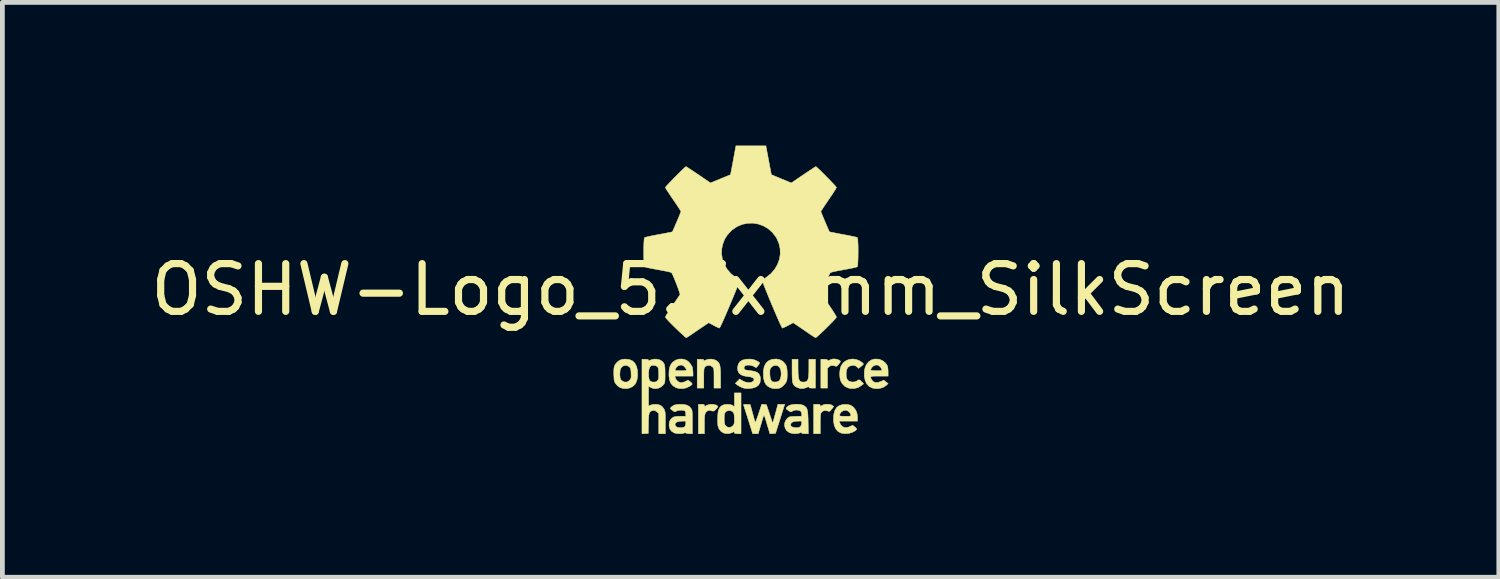
<source format=kicad_pcb>
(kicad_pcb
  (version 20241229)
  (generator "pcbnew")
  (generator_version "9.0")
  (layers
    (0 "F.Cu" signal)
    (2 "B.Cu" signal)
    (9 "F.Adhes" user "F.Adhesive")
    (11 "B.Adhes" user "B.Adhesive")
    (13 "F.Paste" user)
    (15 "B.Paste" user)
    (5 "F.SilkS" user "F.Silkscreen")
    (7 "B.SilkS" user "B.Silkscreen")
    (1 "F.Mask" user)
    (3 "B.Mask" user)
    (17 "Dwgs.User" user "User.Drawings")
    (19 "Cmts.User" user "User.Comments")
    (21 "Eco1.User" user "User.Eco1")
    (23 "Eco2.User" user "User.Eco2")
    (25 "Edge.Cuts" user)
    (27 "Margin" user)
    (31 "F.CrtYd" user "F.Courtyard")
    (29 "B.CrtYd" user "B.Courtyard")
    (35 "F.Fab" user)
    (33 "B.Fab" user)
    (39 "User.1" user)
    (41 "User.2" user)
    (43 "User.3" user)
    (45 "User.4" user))
  (footprint "OSHW-Logo_5.7x6mm_SilkScreen"
    (layer "F.Cu")
    (at 12.673 3.017)
    (property "Reference" "OSHW-Logo_5.7x6mm_SilkScreen" (at 0 0 180) (layer "F.SilkS") (effects (font (size 1 1) (thickness 0.15))))
    (attr exclude_from_pos_files exclude_from_bom)
    (fp_poly (pts (xy 1.799 1.458) (xy 1.843 1.471) (xy 1.871 1.488) (xy 1.88 1.501) (xy 1.877 1.517) (xy 1.861 1.541) (xy 1.847 1.559) (xy 1.819 1.59) (xy 1.798 1.604) (xy 1.78 1.603) (xy 1.726 1.589) (xy 1.687 1.59) (xy 1.655 1.605) (xy 1.644 1.614) (xy 1.61 1.646) (xy 1.61 2.062) (xy 1.471 2.062) (xy 1.471 1.459) (xy 1.54 1.459) (xy 1.582 1.46) (xy 1.603 1.466) (xy 1.61 1.477) (xy 1.61 1.478) (xy 1.612 1.49) (xy 1.626 1.488) (xy 1.644 1.48) (xy 1.682 1.464) (xy 1.713 1.454) (xy 1.753 1.451) (xy 1.799 1.458)) (stroke (width 0.01) (type solid)) (fill yes) (layer "F.SilkS"))
    (fp_poly (pts (xy 1.635 2.401) (xy 1.684 2.411) (xy 1.711 2.425) (xy 1.74 2.449) (xy 1.699 2.501) (xy 1.673 2.532) (xy 1.656 2.547) (xy 1.639 2.55) (xy 1.614 2.542) (xy 1.602 2.538) (xy 1.554 2.532) (xy 1.51 2.545) (xy 1.478 2.576) (xy 1.473 2.585) (xy 1.467 2.611) (xy 1.463 2.659) (xy 1.46 2.725) (xy 1.459 2.806) (xy 1.459 2.817) (xy 1.459 3.018) (xy 1.32 3.018) (xy 1.32 2.402) (xy 1.389 2.402) (xy 1.429 2.403) (xy 1.45 2.407) (xy 1.458 2.418) (xy 1.459 2.428) (xy 1.459 2.454) (xy 1.492 2.428) (xy 1.53 2.41) (xy 1.581 2.401) (xy 1.635 2.401)) (stroke (width 0.01) (type solid)) (fill yes) (layer "F.SilkS"))
    (fp_poly (pts (xy -0.993 2.403) (xy -0.975 2.409) (xy -0.968 2.421) (xy -0.968 2.427) (xy -0.967 2.442) (xy -0.96 2.445) (xy -0.939 2.434) (xy -0.927 2.427) (xy -0.889 2.411) (xy -0.844 2.403) (xy -0.797 2.403) (xy -0.752 2.409) (xy -0.716 2.42) (xy -0.693 2.436) (xy -0.688 2.456) (xy -0.69 2.462) (xy -0.707 2.485) (xy -0.733 2.513) (xy -0.738 2.517) (xy -0.762 2.538) (xy -0.784 2.545) (xy -0.814 2.54) (xy -0.826 2.537) (xy -0.863 2.529) (xy -0.889 2.533) (xy -0.911 2.545) (xy -0.931 2.561) (xy -0.946 2.581) (xy -0.956 2.609) (xy -0.963 2.648) (xy -0.967 2.704) (xy -0.968 2.779) (xy -0.968 2.824) (xy -0.968 3.018) (xy -1.094 3.018) (xy -1.094 2.402) (xy -1.031 2.402) (xy -0.993 2.403)) (stroke (width 0.01) (type solid)) (fill yes) (layer "F.SilkS"))
    (fp_poly (pts (xy 0.993 1.654) (xy 0.995 1.747) (xy 0.999 1.817) (xy 1.008 1.867) (xy 1.022 1.902) (xy 1.042 1.923) (xy 1.071 1.933) (xy 1.107 1.936) (xy 1.144 1.933) (xy 1.172 1.922) (xy 1.192 1.9) (xy 1.206 1.865) (xy 1.214 1.814) (xy 1.219 1.742) (xy 1.22 1.654) (xy 1.22 1.459) (xy 1.358 1.459) (xy 1.358 2.062) (xy 1.289 2.062) (xy 1.247 2.06) (xy 1.226 2.055) (xy 1.22 2.043) (xy 1.216 2.033) (xy 1.202 2.035) (xy 1.173 2.05) (xy 1.106 2.071) (xy 1.036 2.07) (xy 0.968 2.046) (xy 0.936 2.027) (xy 0.912 2.007) (xy 0.894 1.982) (xy 0.881 1.947) (xy 0.874 1.901) (xy 0.87 1.839) (xy 0.868 1.758) (xy 0.868 1.695) (xy 0.868 1.459) (xy 0.993 1.459) (xy 0.993 1.654)) (stroke (width 0.01) (type solid)) (fill yes) (layer "F.SilkS"))
    (fp_poly (pts (xy -0.754 1.469) (xy -0.723 1.484) (xy -0.692 1.506) (xy -0.669 1.53) (xy -0.652 1.562) (xy -0.641 1.604) (xy -0.634 1.66) (xy -0.63 1.734) (xy -0.629 1.829) (xy -0.629 1.839) (xy -0.629 2.062) (xy -0.767 2.062) (xy -0.767 1.856) (xy -0.767 1.78) (xy -0.768 1.725) (xy -0.77 1.687) (xy -0.773 1.661) (xy -0.779 1.643) (xy -0.788 1.63) (xy -0.8 1.618) (xy -0.843 1.59) (xy -0.89 1.585) (xy -0.934 1.602) (xy -0.95 1.615) (xy -0.961 1.627) (xy -0.969 1.641) (xy -0.975 1.659) (xy -0.978 1.686) (xy -0.98 1.726) (xy -0.981 1.784) (xy -0.981 1.854) (xy -0.981 2.062) (xy -1.119 2.062) (xy -1.119 1.459) (xy -1.05 1.459) (xy -1.008 1.46) (xy -0.987 1.466) (xy -0.981 1.477) (xy -0.981 1.478) (xy -0.978 1.489) (xy -0.965 1.488) (xy -0.94 1.475) (xy -0.883 1.457) (xy -0.817 1.455) (xy -0.754 1.469)) (stroke (width 0.01) (type solid)) (fill yes) (layer "F.SilkS"))
    (fp_poly (pts (xy 2.217 1.464) (xy 2.29 1.495) (xy 2.313 1.51) (xy 2.342 1.533) (xy 2.361 1.551) (xy 2.364 1.557) (xy 2.355 1.57) (xy 2.332 1.593) (xy 2.313 1.608) (xy 2.263 1.649) (xy 2.223 1.615) (xy 2.192 1.594) (xy 2.162 1.586) (xy 2.127 1.588) (xy 2.073 1.602) (xy 2.035 1.63) (xy 2.012 1.675) (xy 2.002 1.741) (xy 2.002 1.741) (xy 2.002 1.815) (xy 2.016 1.869) (xy 2.044 1.906) (xy 2.063 1.918) (xy 2.114 1.934) (xy 2.168 1.934) (xy 2.215 1.919) (xy 2.226 1.911) (xy 2.253 1.893) (xy 2.275 1.889) (xy 2.299 1.903) (xy 2.325 1.929) (xy 2.366 1.971) (xy 2.32 2.008) (xy 2.25 2.051) (xy 2.17 2.072) (xy 2.087 2.07) (xy 2.033 2.056) (xy 1.969 2.022) (xy 1.918 1.968) (xy 1.895 1.93) (xy 1.876 1.876) (xy 1.867 1.806) (xy 1.867 1.731) (xy 1.876 1.659) (xy 1.894 1.599) (xy 1.897 1.593) (xy 1.94 1.532) (xy 1.998 1.488) (xy 2.067 1.461) (xy 2.141 1.453) (xy 2.217 1.464)) (stroke (width 0.01) (type solid)) (fill yes) (layer "F.SilkS"))
    (fp_poly (pts (xy 0.611 1.466) (xy 0.674 1.501) (xy 0.724 1.555) (xy 0.748 1.6) (xy 0.758 1.639) (xy 0.764 1.695) (xy 0.767 1.76) (xy 0.766 1.824) (xy 0.761 1.881) (xy 0.755 1.912) (xy 0.734 1.953) (xy 0.698 1.997) (xy 0.656 2.036) (xy 0.613 2.061) (xy 0.612 2.061) (xy 0.56 2.072) (xy 0.497 2.073) (xy 0.438 2.063) (xy 0.415 2.055) (xy 0.356 2.021) (xy 0.314 1.978) (xy 0.286 1.92) (xy 0.271 1.844) (xy 0.267 1.804) (xy 0.268 1.754) (xy 0.402 1.754) (xy 0.407 1.827) (xy 0.42 1.882) (xy 0.441 1.918) (xy 0.456 1.928) (xy 0.493 1.935) (xy 0.539 1.933) (xy 0.577 1.923) (xy 0.588 1.917) (xy 0.615 1.885) (xy 0.632 1.835) (xy 0.64 1.774) (xy 0.636 1.708) (xy 0.628 1.669) (xy 0.604 1.624) (xy 0.567 1.595) (xy 0.522 1.586) (xy 0.475 1.596) (xy 0.439 1.621) (xy 0.42 1.642) (xy 0.409 1.662) (xy 0.404 1.69) (xy 0.402 1.733) (xy 0.402 1.754) (xy 0.268 1.754) (xy 0.268 1.698) (xy 0.285 1.611) (xy 0.319 1.543) (xy 0.369 1.494) (xy 0.435 1.464) (xy 0.45 1.46) (xy 0.535 1.452) (xy 0.611 1.466)) (stroke (width 0.01) (type solid)) (fill yes) (layer "F.SilkS"))
    (fp_poly (pts (xy 0.282 2.404) (xy 0.331 2.408) (xy 0.461 2.798) (xy 0.482 2.729) (xy 0.494 2.686) (xy 0.51 2.628) (xy 0.528 2.565) (xy 0.537 2.531) (xy 0.571 2.402) (xy 0.714 2.402) (xy 0.672 2.537) (xy 0.651 2.603) (xy 0.625 2.684) (xy 0.599 2.767) (xy 0.575 2.842) (xy 0.521 3.012) (xy 0.463 3.015) (xy 0.404 3.019) (xy 0.373 2.915) (xy 0.353 2.85) (xy 0.332 2.778) (xy 0.313 2.715) (xy 0.313 2.713) (xy 0.299 2.67) (xy 0.286 2.641) (xy 0.278 2.63) (xy 0.276 2.631) (xy 0.27 2.648) (xy 0.258 2.685) (xy 0.242 2.736) (xy 0.224 2.798) (xy 0.214 2.832) (xy 0.159 3.018) (xy 0.043 3.018) (xy -0.049 2.725) (xy -0.075 2.643) (xy -0.099 2.569) (xy -0.119 2.506) (xy -0.135 2.457) (xy -0.145 2.426) (xy -0.148 2.417) (xy -0.146 2.407) (xy -0.127 2.403) (xy -0.087 2.404) (xy -0.081 2.404) (xy -0.008 2.408) (xy 0.04 2.584) (xy 0.058 2.648) (xy 0.073 2.705) (xy 0.086 2.748) (xy 0.094 2.775) (xy 0.095 2.779) (xy 0.101 2.774) (xy 0.113 2.749) (xy 0.13 2.706) (xy 0.15 2.65) (xy 0.167 2.599) (xy 0.232 2.401) (xy 0.282 2.404)) (stroke (width 0.01) (type solid)) (fill yes) (layer "F.SilkS"))
    (fp_poly (pts (xy -2.538 1.465) (xy -2.472 1.494) (xy -2.423 1.543) (xy -2.388 1.611) (xy -2.37 1.699) (xy -2.369 1.712) (xy -2.368 1.809) (xy -2.381 1.894) (xy -2.408 1.962) (xy -2.423 1.984) (xy -2.473 2.031) (xy -2.538 2.061) (xy -2.61 2.074) (xy -2.683 2.067) (xy -2.739 2.048) (xy -2.787 2.015) (xy -2.826 1.971) (xy -2.827 1.97) (xy -2.843 1.943) (xy -2.853 1.916) (xy -2.86 1.882) (xy -2.863 1.834) (xy -2.865 1.795) (xy -2.866 1.759) (xy -2.74 1.759) (xy -2.739 1.795) (xy -2.734 1.842) (xy -2.726 1.872) (xy -2.712 1.894) (xy -2.699 1.907) (xy -2.652 1.933) (xy -2.603 1.937) (xy -2.557 1.918) (xy -2.534 1.896) (xy -2.517 1.875) (xy -2.507 1.854) (xy -2.503 1.828) (xy -2.503 1.788) (xy -2.504 1.751) (xy -2.507 1.698) (xy -2.512 1.664) (xy -2.52 1.641) (xy -2.533 1.624) (xy -2.544 1.615) (xy -2.589 1.589) (xy -2.637 1.588) (xy -2.678 1.603) (xy -2.713 1.635) (xy -2.733 1.687) (xy -2.74 1.759) (xy -2.866 1.759) (xy -2.866 1.717) (xy -2.864 1.658) (xy -2.856 1.614) (xy -2.843 1.579) (xy -2.822 1.549) (xy -2.814 1.539) (xy -2.766 1.494) (xy -2.714 1.467) (xy -2.651 1.456) (xy -2.62 1.455) (xy -2.538 1.465)) (stroke (width 0.01) (type solid)) (fill yes) (layer "F.SilkS"))
    (fp_poly (pts (xy -0.201 3.018) (xy -0.27 3.018) (xy -0.31 3.017) (xy -0.331 3.012) (xy -0.339 3.001) (xy -0.34 2.994) (xy -0.341 2.98) (xy -0.349 2.977) (xy -0.37 2.986) (xy -0.386 2.994) (xy -0.449 3.014) (xy -0.517 3.015) (xy -0.573 3) (xy -0.624 2.965) (xy -0.664 2.913) (xy -0.685 2.851) (xy -0.686 2.848) (xy -0.689 2.811) (xy -0.691 2.757) (xy -0.691 2.716) (xy -0.553 2.716) (xy -0.55 2.77) (xy -0.543 2.815) (xy -0.533 2.84) (xy -0.496 2.874) (xy -0.452 2.887) (xy -0.407 2.877) (xy -0.368 2.847) (xy -0.353 2.827) (xy -0.345 2.803) (xy -0.34 2.768) (xy -0.34 2.716) (xy -0.341 2.664) (xy -0.346 2.619) (xy -0.353 2.588) (xy -0.354 2.585) (xy -0.38 2.553) (xy -0.42 2.535) (xy -0.463 2.532) (xy -0.504 2.545) (xy -0.534 2.573) (xy -0.537 2.578) (xy -0.547 2.612) (xy -0.552 2.661) (xy -0.553 2.716) (xy -0.691 2.716) (xy -0.691 2.696) (xy -0.69 2.663) (xy -0.684 2.581) (xy -0.671 2.52) (xy -0.649 2.474) (xy -0.618 2.441) (xy -0.587 2.421) (xy -0.544 2.407) (xy -0.491 2.402) (xy -0.436 2.406) (xy -0.39 2.418) (xy -0.365 2.433) (xy -0.34 2.456) (xy -0.34 2.163) (xy -0.201 2.163) (xy -0.201 3.018)) (stroke (width 0.01) (type solid)) (fill yes) (layer "F.SilkS"))
    (fp_poly (pts (xy 2.678 1.456) (xy 2.71 1.464) (xy 2.772 1.493) (xy 2.825 1.537) (xy 2.861 1.589) (xy 2.866 1.601) (xy 2.873 1.632) (xy 2.878 1.677) (xy 2.88 1.723) (xy 2.88 1.811) (xy 2.697 1.811) (xy 2.622 1.811) (xy 2.569 1.813) (xy 2.535 1.817) (xy 2.518 1.826) (xy 2.514 1.84) (xy 2.521 1.86) (xy 2.533 1.884) (xy 2.566 1.925) (xy 2.612 1.945) (xy 2.669 1.944) (xy 2.733 1.922) (xy 2.788 1.895) (xy 2.834 1.932) (xy 2.88 1.968) (xy 2.837 2.008) (xy 2.779 2.046) (xy 2.708 2.068) (xy 2.632 2.075) (xy 2.558 2.063) (xy 2.546 2.059) (xy 2.481 2.026) (xy 2.433 1.975) (xy 2.4 1.906) (xy 2.382 1.818) (xy 2.382 1.816) (xy 2.381 1.72) (xy 2.387 1.686) (xy 2.515 1.686) (xy 2.527 1.691) (xy 2.558 1.695) (xy 2.605 1.697) (xy 2.635 1.698) (xy 2.691 1.697) (xy 2.725 1.696) (xy 2.744 1.692) (xy 2.75 1.685) (xy 2.748 1.674) (xy 2.747 1.669) (xy 2.724 1.627) (xy 2.689 1.594) (xy 2.658 1.579) (xy 2.616 1.58) (xy 2.574 1.598) (xy 2.539 1.629) (xy 2.518 1.666) (xy 2.515 1.686) (xy 2.387 1.686) (xy 2.397 1.635) (xy 2.429 1.564) (xy 2.475 1.509) (xy 2.533 1.471) (xy 2.601 1.453) (xy 2.678 1.456)) (stroke (width 0.01) (type solid)) (fill yes) (layer "F.SilkS"))
    (fp_poly (pts (xy 0.014 1.456) (xy 0.062 1.465) (xy 0.111 1.484) (xy 0.116 1.487) (xy 0.154 1.506) (xy 0.18 1.525) (xy 0.188 1.537) (xy 0.18 1.556) (xy 0.161 1.584) (xy 0.152 1.594) (xy 0.117 1.636) (xy 0.071 1.609) (xy 0.027 1.591) (xy -0.023 1.581) (xy -0.071 1.581) (xy -0.109 1.59) (xy -0.117 1.595) (xy -0.135 1.621) (xy -0.137 1.651) (xy -0.124 1.674) (xy -0.116 1.679) (xy -0.094 1.684) (xy -0.054 1.691) (xy -0.005 1.697) (xy 0.004 1.698) (xy 0.083 1.712) (xy 0.14 1.735) (xy 0.178 1.77) (xy 0.199 1.818) (xy 0.206 1.878) (xy 0.197 1.945) (xy 0.167 1.998) (xy 0.117 2.037) (xy 0.047 2.061) (xy -0.031 2.071) (xy -0.095 2.071) (xy -0.147 2.062) (xy -0.182 2.05) (xy -0.227 2.029) (xy -0.268 2.005) (xy -0.283 1.994) (xy -0.321 1.963) (xy -0.275 1.917) (xy -0.23 1.871) (xy -0.178 1.905) (xy -0.126 1.931) (xy -0.071 1.944) (xy -0.017 1.946) (xy 0.028 1.935) (xy 0.06 1.914) (xy 0.07 1.895) (xy 0.069 1.865) (xy 0.043 1.843) (xy -0.007 1.827) (xy -0.061 1.82) (xy -0.145 1.806) (xy -0.207 1.78) (xy -0.248 1.741) (xy -0.27 1.688) (xy -0.273 1.625) (xy -0.258 1.56) (xy -0.225 1.51) (xy -0.171 1.476) (xy -0.099 1.458) (xy -0.045 1.455) (xy 0.014 1.456)) (stroke (width 0.01) (type solid)) (fill yes) (layer "F.SilkS"))
    (fp_poly (pts (xy 2.033 2.405) (xy 2.093 2.421) (xy 2.143 2.453) (xy 2.167 2.477) (xy 2.207 2.534) (xy 2.23 2.6) (xy 2.238 2.681) (xy 2.238 2.688) (xy 2.238 2.754) (xy 1.858 2.754) (xy 1.866 2.788) (xy 1.881 2.82) (xy 1.907 2.852) (xy 1.912 2.857) (xy 1.958 2.886) (xy 2.01 2.89) (xy 2.071 2.872) (xy 2.081 2.867) (xy 2.112 2.852) (xy 2.133 2.843) (xy 2.137 2.842) (xy 2.15 2.85) (xy 2.174 2.869) (xy 2.187 2.879) (xy 2.212 2.903) (xy 2.221 2.919) (xy 2.215 2.934) (xy 2.212 2.938) (xy 2.191 2.955) (xy 2.156 2.976) (xy 2.131 2.988) (xy 2.062 3.01) (xy 1.985 3.017) (xy 1.913 3.009) (xy 1.892 3.003) (xy 1.829 2.969) (xy 1.783 2.917) (xy 1.752 2.846) (xy 1.737 2.757) (xy 1.736 2.71) (xy 1.74 2.641) (xy 1.861 2.641) (xy 1.873 2.646) (xy 1.904 2.65) (xy 1.95 2.653) (xy 1.98 2.653) (xy 2.036 2.653) (xy 2.071 2.651) (xy 2.09 2.647) (xy 2.098 2.639) (xy 2.1 2.628) (xy 2.089 2.594) (xy 2.062 2.561) (xy 2.026 2.535) (xy 1.991 2.525) (xy 1.942 2.534) (xy 1.9 2.561) (xy 1.871 2.6) (xy 1.861 2.641) (xy 1.74 2.641) (xy 1.743 2.61) (xy 1.764 2.531) (xy 1.8 2.471) (xy 1.852 2.431) (xy 1.92 2.408) (xy 1.957 2.404) (xy 2.033 2.405)) (stroke (width 0.01) (type solid)) (fill yes) (layer "F.SilkS"))
    (fp_poly (pts (xy -1.357 1.473) (xy -1.344 1.479) (xy -1.301 1.51) (xy -1.26 1.557) (xy -1.229 1.608) (xy -1.22 1.631) (xy -1.213 1.673) (xy -1.208 1.724) (xy -1.207 1.745) (xy -1.207 1.811) (xy -1.587 1.811) (xy -1.579 1.845) (xy -1.559 1.886) (xy -1.524 1.922) (xy -1.483 1.944) (xy -1.457 1.949) (xy -1.421 1.943) (xy -1.378 1.929) (xy -1.364 1.922) (xy -1.31 1.896) (xy -1.265 1.93) (xy -1.238 1.954) (xy -1.224 1.973) (xy -1.223 1.979) (xy -1.236 1.993) (xy -1.263 2.014) (xy -1.288 2.03) (xy -1.356 2.06) (xy -1.431 2.073) (xy -1.506 2.07) (xy -1.565 2.052) (xy -1.627 2.013) (xy -1.671 1.962) (xy -1.698 1.895) (xy -1.71 1.811) (xy -1.711 1.773) (xy -1.707 1.685) (xy -1.706 1.682) (xy -1.581 1.682) (xy -1.577 1.691) (xy -1.563 1.695) (xy -1.533 1.697) (xy -1.485 1.698) (xy -1.466 1.698) (xy -1.408 1.697) (xy -1.372 1.694) (xy -1.353 1.689) (xy -1.346 1.681) (xy -1.345 1.679) (xy -1.353 1.658) (xy -1.373 1.63) (xy -1.382 1.62) (xy -1.413 1.591) (xy -1.446 1.58) (xy -1.464 1.579) (xy -1.512 1.591) (xy -1.552 1.622) (xy -1.577 1.668) (xy -1.578 1.669) (xy -1.581 1.682) (xy -1.706 1.682) (xy -1.692 1.616) (xy -1.666 1.56) (xy -1.634 1.521) (xy -1.574 1.478) (xy -1.504 1.455) (xy -1.43 1.453) (xy -1.357 1.473)) (stroke (width 0.01) (type solid)) (fill yes) (layer "F.SilkS"))
    (fp_poly (pts (xy 1.038 2.405) (xy 1.091 2.418) (xy 1.107 2.425) (xy 1.136 2.443) (xy 1.159 2.463) (xy 1.176 2.489) (xy 1.188 2.524) (xy 1.196 2.572) (xy 1.201 2.636) (xy 1.204 2.72) (xy 1.205 2.776) (xy 1.209 3.018) (xy 1.139 3.018) (xy 1.096 3.016) (xy 1.074 3.01) (xy 1.069 3) (xy 1.066 2.989) (xy 1.052 2.991) (xy 1.034 3) (xy 0.989 3.013) (xy 0.93 3.017) (xy 0.868 3.011) (xy 0.814 2.996) (xy 0.809 2.993) (xy 0.759 2.958) (xy 0.726 2.909) (xy 0.711 2.852) (xy 0.712 2.832) (xy 0.836 2.832) (xy 0.846 2.859) (xy 0.879 2.879) (xy 0.931 2.89) (xy 0.959 2.891) (xy 1.005 2.888) (xy 1.036 2.874) (xy 1.044 2.867) (xy 1.064 2.831) (xy 1.069 2.798) (xy 1.069 2.754) (xy 1.008 2.754) (xy 0.936 2.757) (xy 0.886 2.769) (xy 0.855 2.789) (xy 0.848 2.798) (xy 0.836 2.832) (xy 0.712 2.832) (xy 0.714 2.792) (xy 0.737 2.735) (xy 0.768 2.697) (xy 0.786 2.68) (xy 0.805 2.669) (xy 0.829 2.662) (xy 0.864 2.658) (xy 0.917 2.656) (xy 0.938 2.655) (xy 1.069 2.651) (xy 1.069 2.611) (xy 1.064 2.569) (xy 1.045 2.544) (xy 1.008 2.528) (xy 1.007 2.528) (xy 0.954 2.521) (xy 0.903 2.53) (xy 0.865 2.55) (xy 0.849 2.56) (xy 0.833 2.558) (xy 0.807 2.544) (xy 0.792 2.534) (xy 0.763 2.512) (xy 0.745 2.496) (xy 0.742 2.491) (xy 0.754 2.467) (xy 0.789 2.438) (xy 0.805 2.428) (xy 0.849 2.412) (xy 0.908 2.402) (xy 0.974 2.4) (xy 1.038 2.405)) (stroke (width 0.01) (type solid)) (fill yes) (layer "F.SilkS"))
    (fp_poly (pts (xy -1.384 2.407) (xy -1.325 2.422) (xy -1.28 2.451) (xy -1.248 2.488) (xy -1.238 2.504) (xy -1.231 2.521) (xy -1.226 2.543) (xy -1.223 2.573) (xy -1.221 2.615) (xy -1.22 2.674) (xy -1.22 2.753) (xy -1.22 2.774) (xy -1.22 3.018) (xy -1.28 3.018) (xy -1.319 3.015) (xy -1.347 3.008) (xy -1.354 3.004) (xy -1.374 2.997) (xy -1.394 3.004) (xy -1.426 3.013) (xy -1.474 3.017) (xy -1.527 3.015) (xy -1.575 3.009) (xy -1.603 3) (xy -1.658 2.965) (xy -1.692 2.916) (xy -1.707 2.852) (xy -1.707 2.85) (xy -1.706 2.822) (xy -1.584 2.822) (xy -1.574 2.854) (xy -1.556 2.873) (xy -1.522 2.886) (xy -1.476 2.892) (xy -1.429 2.889) (xy -1.392 2.878) (xy -1.381 2.871) (xy -1.363 2.839) (xy -1.358 2.802) (xy -1.358 2.754) (xy -1.428 2.754) (xy -1.494 2.759) (xy -1.544 2.773) (xy -1.575 2.796) (xy -1.584 2.822) (xy -1.706 2.822) (xy -1.704 2.78) (xy -1.681 2.724) (xy -1.637 2.682) (xy -1.631 2.678) (xy -1.605 2.665) (xy -1.573 2.658) (xy -1.528 2.654) (xy -1.474 2.653) (xy -1.358 2.653) (xy -1.358 2.604) (xy -1.363 2.567) (xy -1.376 2.541) (xy -1.377 2.54) (xy -1.405 2.529) (xy -1.447 2.525) (xy -1.494 2.527) (xy -1.535 2.535) (xy -1.56 2.547) (xy -1.573 2.557) (xy -1.587 2.559) (xy -1.607 2.551) (xy -1.636 2.531) (xy -1.68 2.497) (xy -1.684 2.494) (xy -1.682 2.482) (xy -1.665 2.463) (xy -1.638 2.441) (xy -1.61 2.423) (xy -1.6 2.419) (xy -1.567 2.41) (xy -1.519 2.404) (xy -1.465 2.402) (xy -1.462 2.402) (xy -1.384 2.407)) (stroke (width 0.01) (type solid)) (fill yes) (layer "F.SilkS"))
    (fp_poly (pts (xy -1.909 1.469) (xy -1.882 1.482) (xy -1.85 1.505) (xy -1.826 1.53) (xy -1.809 1.561) (xy -1.799 1.603) (xy -1.794 1.66) (xy -1.792 1.736) (xy -1.792 1.769) (xy -1.792 1.841) (xy -1.794 1.892) (xy -1.796 1.927) (xy -1.802 1.952) (xy -1.81 1.97) (xy -1.818 1.982) (xy -1.87 2.034) (xy -1.932 2.065) (xy -1.999 2.075) (xy -2.066 2.061) (xy -2.087 2.051) (xy -2.138 2.025) (xy -2.138 2.44) (xy -2.101 2.421) (xy -2.052 2.406) (xy -1.992 2.402) (xy -1.932 2.409) (xy -1.886 2.425) (xy -1.849 2.455) (xy -1.817 2.498) (xy -1.814 2.502) (xy -1.804 2.523) (xy -1.797 2.544) (xy -1.791 2.57) (xy -1.788 2.604) (xy -1.786 2.651) (xy -1.786 2.715) (xy -1.786 2.787) (xy -1.786 3.018) (xy -1.924 3.018) (xy -1.924 2.593) (xy -1.963 2.56) (xy -2.003 2.534) (xy -2.041 2.529) (xy -2.079 2.541) (xy -2.099 2.553) (xy -2.115 2.57) (xy -2.125 2.596) (xy -2.133 2.634) (xy -2.137 2.688) (xy -2.14 2.761) (xy -2.141 2.81) (xy -2.144 3.012) (xy -2.21 3.015) (xy -2.276 3.019) (xy -2.276 1.771) (xy -2.138 1.771) (xy -2.134 1.84) (xy -2.122 1.889) (xy -2.1 1.919) (xy -2.066 1.933) (xy -2.031 1.936) (xy -1.991 1.933) (xy -1.965 1.92) (xy -1.949 1.902) (xy -1.936 1.883) (xy -1.928 1.862) (xy -1.925 1.832) (xy -1.925 1.787) (xy -1.926 1.75) (xy -1.929 1.694) (xy -1.932 1.657) (xy -1.939 1.633) (xy -1.95 1.617) (xy -1.96 1.608) (xy -2.002 1.589) (xy -2.052 1.585) (xy -2.08 1.592) (xy -2.109 1.616) (xy -2.128 1.664) (xy -2.137 1.734) (xy -2.138 1.771) (xy -2.276 1.771) (xy -2.276 1.459) (xy -2.207 1.459) (xy -2.165 1.46) (xy -2.144 1.466) (xy -2.138 1.477) (xy -2.138 1.478) (xy -2.135 1.489) (xy -2.122 1.488) (xy -2.097 1.475) (xy -2.038 1.457) (xy -1.972 1.455) (xy -1.909 1.469)) (stroke (width 0.01) (type solid)) (fill yes) (layer "F.SilkS"))
    (fp_poly (pts (xy 0.377 -2.71) (xy 0.434 -2.408) (xy 0.853 -2.235) (xy 1.105 -2.407) (xy 1.175 -2.454) (xy 1.239 -2.497) (xy 1.293 -2.532) (xy 1.334 -2.559) (xy 1.36 -2.574) (xy 1.367 -2.578) (xy 1.379 -2.569) (xy 1.406 -2.545) (xy 1.444 -2.509) (xy 1.491 -2.464) (xy 1.542 -2.413) (xy 1.596 -2.358) (xy 1.649 -2.304) (xy 1.698 -2.253) (xy 1.741 -2.208) (xy 1.773 -2.172) (xy 1.793 -2.148) (xy 1.798 -2.14) (xy 1.791 -2.125) (xy 1.772 -2.093) (xy 1.742 -2.047) (xy 1.705 -1.989) (xy 1.66 -1.923) (xy 1.635 -1.886) (xy 1.588 -1.817) (xy 1.546 -1.755) (xy 1.512 -1.703) (xy 1.487 -1.664) (xy 1.473 -1.641) (xy 1.471 -1.636) (xy 1.476 -1.622) (xy 1.489 -1.59) (xy 1.508 -1.544) (xy 1.531 -1.488) (xy 1.557 -1.427) (xy 1.583 -1.366) (xy 1.607 -1.31) (xy 1.628 -1.262) (xy 1.643 -1.228) (xy 1.651 -1.211) (xy 1.652 -1.211) (xy 1.665 -1.208) (xy 1.699 -1.201) (xy 1.75 -1.191) (xy 1.816 -1.178) (xy 1.893 -1.163) (xy 1.937 -1.155) (xy 2.019 -1.14) (xy 2.093 -1.125) (xy 2.155 -1.112) (xy 2.202 -1.101) (xy 2.23 -1.093) (xy 2.235 -1.091) (xy 2.241 -1.074) (xy 2.245 -1.037) (xy 2.248 -0.983) (xy 2.251 -0.917) (xy 2.252 -0.844) (xy 2.252 -0.767) (xy 2.251 -0.691) (xy 2.249 -0.621) (xy 2.246 -0.56) (xy 2.243 -0.514) (xy 2.238 -0.486) (xy 2.235 -0.48) (xy 2.217 -0.473) (xy 2.179 -0.463) (xy 2.127 -0.451) (xy 2.065 -0.439) (xy 2.043 -0.435) (xy 1.938 -0.415) (xy 1.855 -0.4) (xy 1.792 -0.388) (xy 1.745 -0.378) (xy 1.711 -0.37) (xy 1.689 -0.363) (xy 1.676 -0.357) (xy 1.667 -0.351) (xy 1.666 -0.35) (xy 1.655 -0.331) (xy 1.638 -0.294) (xy 1.616 -0.244) (xy 1.592 -0.185) (xy 1.567 -0.121) (xy 1.543 -0.058) (xy 1.522 0.001) (xy 1.505 0.05) (xy 1.494 0.086) (xy 1.492 0.104) (xy 1.492 0.104) (xy 1.501 0.119) (xy 1.523 0.151) (xy 1.554 0.197) (xy 1.593 0.253) (xy 1.637 0.318) (xy 1.649 0.336) (xy 1.694 0.402) (xy 1.733 0.462) (xy 1.765 0.513) (xy 1.787 0.552) (xy 1.798 0.574) (xy 1.798 0.576) (xy 1.789 0.591) (xy 1.765 0.619) (xy 1.729 0.658) (xy 1.683 0.706) (xy 1.632 0.758) (xy 1.577 0.812) (xy 1.523 0.865) (xy 1.472 0.913) (xy 1.427 0.955) (xy 1.391 0.985) (xy 1.368 1.003) (xy 1.362 1.006) (xy 1.347 0.999) (xy 1.316 0.981) (xy 1.275 0.954) (xy 1.244 0.933) (xy 1.187 0.894) (xy 1.119 0.847) (xy 1.051 0.801) (xy 1.014 0.776) (xy 0.891 0.693) (xy 0.787 0.749) (xy 0.74 0.773) (xy 0.7 0.792) (xy 0.672 0.803) (xy 0.665 0.805) (xy 0.657 0.794) (xy 0.641 0.762) (xy 0.617 0.713) (xy 0.588 0.649) (xy 0.555 0.574) (xy 0.518 0.489) (xy 0.48 0.399) (xy 0.441 0.306) (xy 0.402 0.213) (xy 0.365 0.123) (xy 0.331 0.039) (xy 0.301 -0.037) (xy 0.276 -0.1) (xy 0.258 -0.15) (xy 0.248 -0.182) (xy 0.246 -0.193) (xy 0.259 -0.206) (xy 0.288 -0.229) (xy 0.325 -0.256) (xy 0.329 -0.258) (xy 0.426 -0.336) (xy 0.505 -0.427) (xy 0.564 -0.528) (xy 0.603 -0.637) (xy 0.621 -0.749) (xy 0.617 -0.863) (xy 0.591 -0.976) (xy 0.542 -1.084) (xy 0.527 -1.108) (xy 0.452 -1.203) (xy 0.364 -1.28) (xy 0.265 -1.337) (xy 0.158 -1.375) (xy 0.047 -1.393) (xy -0.066 -1.39) (xy -0.176 -1.367) (xy -0.282 -1.322) (xy -0.38 -1.256) (xy -0.41 -1.23) (xy -0.488 -1.145) (xy -0.544 -1.057) (xy -0.582 -0.958) (xy -0.604 -0.86) (xy -0.609 -0.749) (xy -0.591 -0.638) (xy -0.553 -0.531) (xy -0.494 -0.43) (xy -0.418 -0.34) (xy -0.327 -0.264) (xy -0.315 -0.256) (xy -0.277 -0.23) (xy -0.248 -0.207) (xy -0.234 -0.193) (xy -0.234 -0.193) (xy -0.237 -0.177) (xy -0.248 -0.141) (xy -0.268 -0.089) (xy -0.293 -0.023) (xy -0.324 0.055) (xy -0.359 0.14) (xy -0.397 0.231) (xy -0.436 0.325) (xy -0.475 0.417) (xy -0.513 0.506) (xy -0.549 0.589) (xy -0.582 0.662) (xy -0.61 0.724) (xy -0.632 0.77) (xy -0.647 0.797) (xy -0.653 0.805) (xy -0.671 0.799) (xy -0.706 0.784) (xy -0.75 0.762) (xy -0.774 0.749) (xy -0.878 0.693) (xy -1.002 0.776) (xy -1.065 0.819) (xy -1.134 0.866) (xy -1.199 0.911) (xy -1.231 0.933) (xy -1.277 0.963) (xy -1.315 0.988) (xy -1.342 1.003) (xy -1.351 1.006) (xy -1.363 0.997) (xy -1.391 0.974) (xy -1.431 0.937) (xy -1.482 0.891) (xy -1.539 0.836) (xy -1.575 0.801) (xy -1.639 0.739) (xy -1.694 0.683) (xy -1.738 0.636) (xy -1.769 0.601) (xy -1.784 0.579) (xy -1.786 0.575) (xy -1.779 0.558) (xy -1.76 0.524) (xy -1.73 0.476) (xy -1.693 0.419) (xy -1.649 0.354) (xy -1.637 0.336) (xy -1.592 0.27) (xy -1.551 0.211) (xy -1.518 0.162) (xy -1.493 0.126) (xy -1.481 0.107) (xy -1.479 0.104) (xy -1.481 0.089) (xy -1.491 0.055) (xy -1.507 0.006) (xy -1.528 -0.052) (xy -1.552 -0.115) (xy -1.577 -0.178) (xy -1.601 -0.238) (xy -1.623 -0.29) (xy -1.641 -0.328) (xy -1.653 -0.349) (xy -1.654 -0.35) (xy -1.661 -0.356) (xy -1.674 -0.362) (xy -1.694 -0.369) (xy -1.725 -0.376) (xy -1.769 -0.386) (xy -1.829 -0.397) (xy -1.908 -0.412) (xy -2.009 -0.431) (xy -2.03 -0.435) (xy -2.095 -0.447) (xy -2.151 -0.459) (xy -2.194 -0.47) (xy -2.219 -0.478) (xy -2.222 -0.48) (xy -2.228 -0.497) (xy -2.232 -0.534) (xy -2.235 -0.588) (xy -2.238 -0.654) (xy -2.239 -0.728) (xy -2.239 -0.804) (xy -2.239 -0.88) (xy -2.237 -0.95) (xy -2.234 -1.011) (xy -2.23 -1.057) (xy -2.225 -1.085) (xy -2.223 -1.091) (xy -2.206 -1.096) (xy -2.169 -1.106) (xy -2.114 -1.118) (xy -2.045 -1.132) (xy -1.967 -1.147) (xy -1.925 -1.155) (xy -1.844 -1.17) (xy -1.772 -1.184) (xy -1.712 -1.196) (xy -1.668 -1.204) (xy -1.643 -1.21) (xy -1.639 -1.211) (xy -1.633 -1.224) (xy -1.618 -1.256) (xy -1.598 -1.302) (xy -1.574 -1.358) (xy -1.548 -1.418) (xy -1.522 -1.479) (xy -1.498 -1.536) (xy -1.479 -1.584) (xy -1.465 -1.619) (xy -1.459 -1.636) (xy -1.459 -1.637) (xy -1.465 -1.65) (xy -1.485 -1.681) (xy -1.514 -1.727) (xy -1.552 -1.784) (xy -1.596 -1.849) (xy -1.622 -1.886) (xy -1.669 -1.955) (xy -1.71 -2.017) (xy -1.745 -2.07) (xy -1.77 -2.11) (xy -1.784 -2.135) (xy -1.786 -2.14) (xy -1.777 -2.153) (xy -1.754 -2.18) (xy -1.718 -2.219) (xy -1.673 -2.266) (xy -1.623 -2.318) (xy -1.569 -2.373) (xy -1.516 -2.426) (xy -1.465 -2.476) (xy -1.421 -2.519) (xy -1.385 -2.553) (xy -1.362 -2.573) (xy -1.354 -2.578) (xy -1.341 -2.571) (xy -1.311 -2.552) (xy -1.265 -2.522) (xy -1.208 -2.485) (xy -1.142 -2.44) (xy -1.092 -2.407) (xy -0.841 -2.235) (xy -0.631 -2.322) (xy -0.421 -2.408) (xy -0.364 -2.71) (xy -0.308 -3.012) (xy 0.32 -3.012) (xy 0.377 -2.71)) (stroke (width 0.01) (type solid)) (fill yes) (layer "F.SilkS")))
  (gr_rect
    (start -3 -3)
    (end 28.345 9.041)
    (stroke (width 0.1) (type default))
    (fill no)
    (layer "Edge.Cuts")))
</source>
